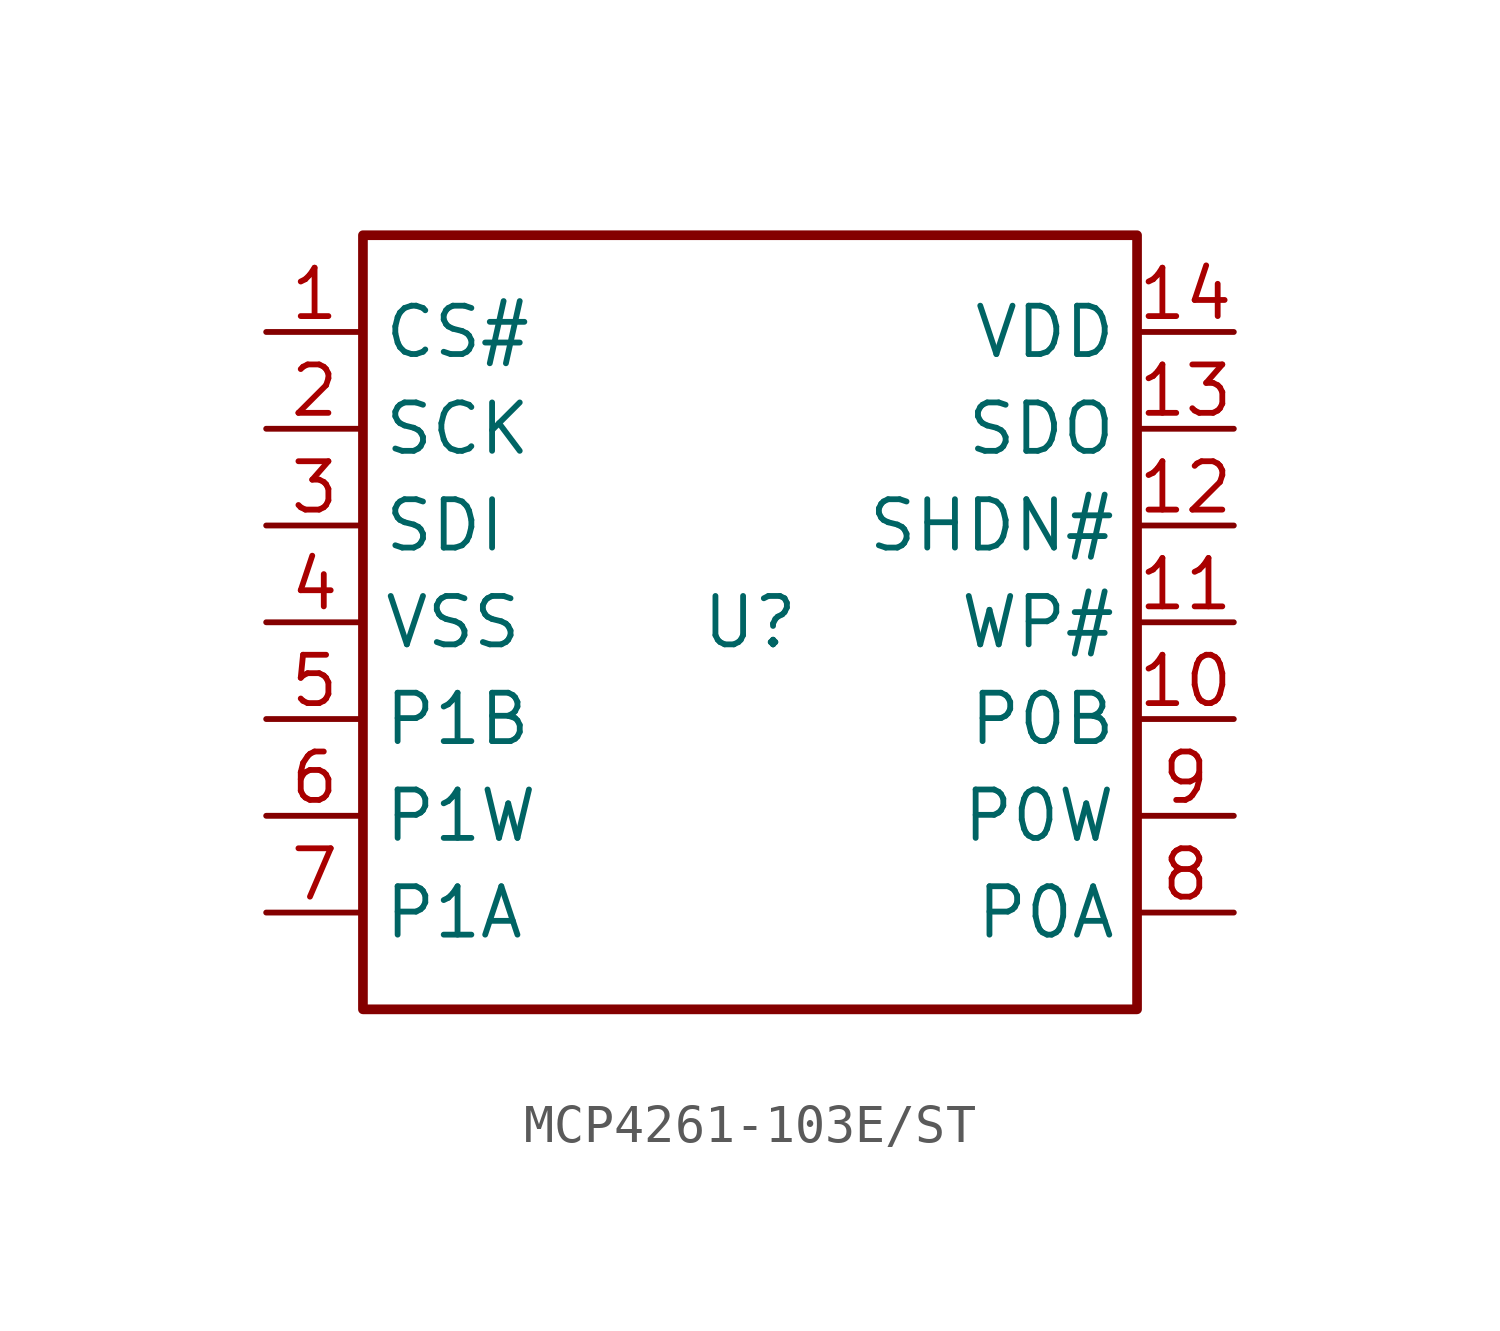
<source format=kicad_sym>
(kicad_symbol_lib
  (version 20241209)
  (generator "kicad_symbol_editor")
  (generator_version "9.0")
  (symbol "MCP4261-103E/ST"
    (property "Reference" "U"
      (at 0 0 0)
      (effects (font (size 1.27 1.27))))
    (property "Value" ""
      (at 0 0 0)
      (effects (font (size 1.27 1.27))))
    (symbol "MCP4261-103E/ST_1_0"
      (rectangle (start -10.16 10.16) (end 10.16 -10.16) (stroke (width 0.254) (type default)) (fill (type none)))
      (pin unspecified line (at -12.7 7.62 0) (length 2.54) (name "CS#" (effects (font (size 1.27 1.27)))) (number "1" (effects (font (size 1.27 1.27)))))
      (pin unspecified line (at -12.7 5.08 0) (length 2.54) (name "SCK" (effects (font (size 1.27 1.27)))) (number "2" (effects (font (size 1.27 1.27)))))
      (pin unspecified line (at -12.7 2.54 0) (length 2.54) (name "SDI" (effects (font (size 1.27 1.27)))) (number "3" (effects (font (size 1.27 1.27)))))
      (pin unspecified line (at -12.7 0 0) (length 2.54) (name "VSS" (effects (font (size 1.27 1.27)))) (number "4" (effects (font (size 1.27 1.27)))))
      (pin unspecified line (at -12.7 -2.54 0) (length 2.54) (name "P1B" (effects (font (size 1.27 1.27)))) (number "5" (effects (font (size 1.27 1.27)))))
      (pin unspecified line (at -12.7 -5.08 0) (length 2.54) (name "P1W" (effects (font (size 1.27 1.27)))) (number "6" (effects (font (size 1.27 1.27)))))
      (pin unspecified line (at -12.7 -7.62 0) (length 2.54) (name "P1A" (effects (font (size 1.27 1.27)))) (number "7" (effects (font (size 1.27 1.27)))))
      (pin unspecified line (at 12.7 7.62 180) (length 2.54) (name "VDD" (effects (font (size 1.27 1.27)))) (number "14" (effects (font (size 1.27 1.27)))))
      (pin unspecified line (at 12.7 5.08 180) (length 2.54) (name "SDO" (effects (font (size 1.27 1.27)))) (number "13" (effects (font (size 1.27 1.27)))))
      (pin unspecified line (at 12.7 2.54 180) (length 2.54) (name "SHDN#" (effects (font (size 1.27 1.27)))) (number "12" (effects (font (size 1.27 1.27)))))
      (pin unspecified line (at 12.7 0 180) (length 2.54) (name "WP#" (effects (font (size 1.27 1.27)))) (number "11" (effects (font (size 1.27 1.27)))))
      (pin unspecified line (at 12.7 -2.54 180) (length 2.54) (name "P0B" (effects (font (size 1.27 1.27)))) (number "10" (effects (font (size 1.27 1.27)))))
      (pin unspecified line (at 12.7 -5.08 180) (length 2.54) (name "P0W" (effects (font (size 1.27 1.27)))) (number "9" (effects (font (size 1.27 1.27)))))
      (pin unspecified line (at 12.7 -7.62 180) (length 2.54) (name "P0A" (effects (font (size 1.27 1.27)))) (number "8" (effects (font (size 1.27 1.27))))))))
</source>
